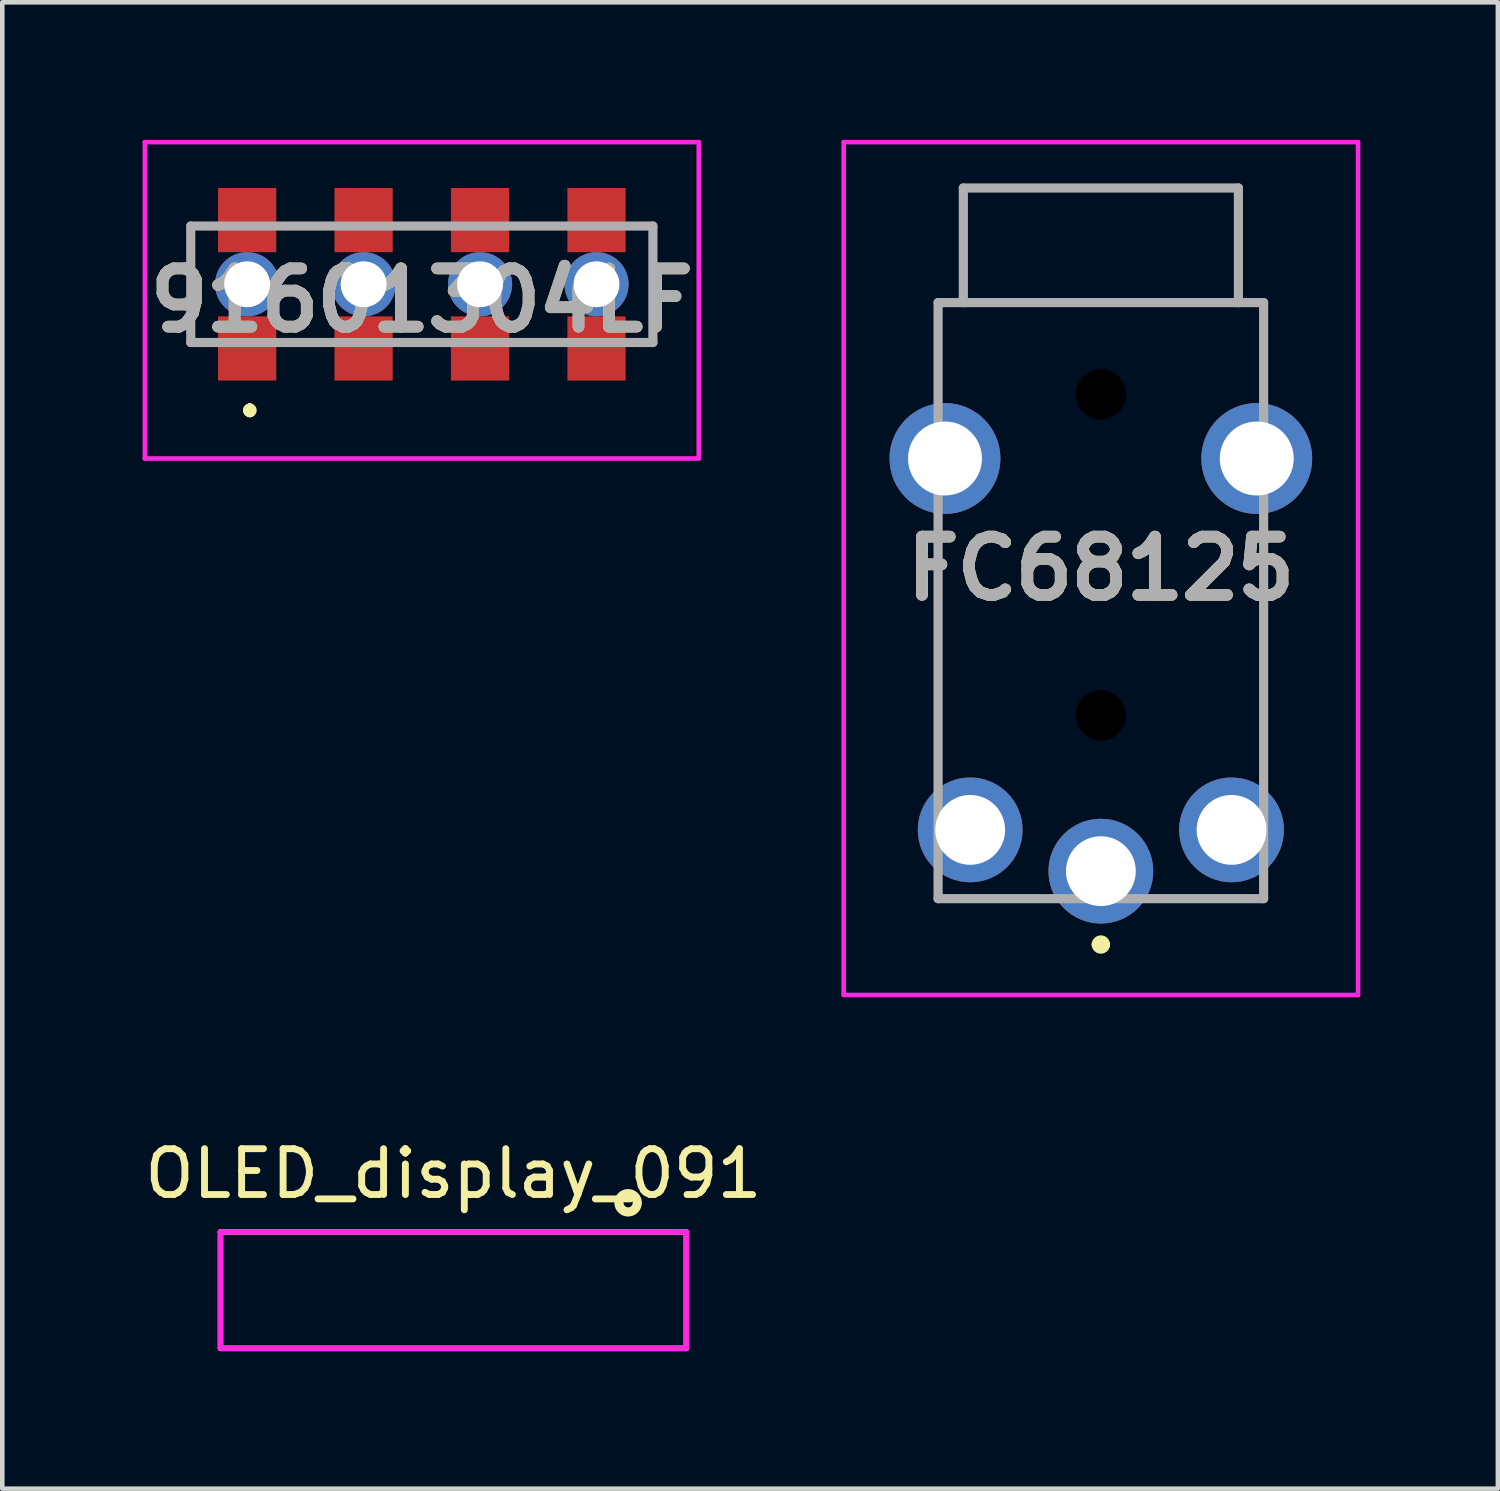
<source format=kicad_pcb>
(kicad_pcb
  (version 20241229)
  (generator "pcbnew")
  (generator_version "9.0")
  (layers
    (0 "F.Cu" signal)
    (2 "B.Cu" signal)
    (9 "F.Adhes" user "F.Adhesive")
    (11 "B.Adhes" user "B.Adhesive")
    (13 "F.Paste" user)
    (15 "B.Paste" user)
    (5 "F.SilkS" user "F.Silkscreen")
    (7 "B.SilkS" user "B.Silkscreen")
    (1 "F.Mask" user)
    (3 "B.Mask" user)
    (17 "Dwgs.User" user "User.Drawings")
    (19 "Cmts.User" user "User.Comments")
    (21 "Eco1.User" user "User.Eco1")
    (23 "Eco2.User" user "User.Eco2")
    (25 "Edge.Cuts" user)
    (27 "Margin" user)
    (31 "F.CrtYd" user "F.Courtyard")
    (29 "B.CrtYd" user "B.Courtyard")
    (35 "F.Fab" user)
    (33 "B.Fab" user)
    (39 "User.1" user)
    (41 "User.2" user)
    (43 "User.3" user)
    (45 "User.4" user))
  (footprint "91601304LF"
    (layer "F.Cu")
    (at 6.15 3.15)
    (property "Reference" "91601304LF" (at 0 0.35 0) (layer "F.SilkS") (effects (font (size 1.27 1.27) (thickness 0.254))))
    (attr smd)
    (fp_line (start -5 -1.25) (end -5 -1.25) (stroke (width 0.1) (type solid)) (layer "F.SilkS"))
    (fp_line (start -5 -1.25) (end -5 1.25) (stroke (width 0.1) (type solid)) (layer "F.SilkS"))
    (fp_line (start -5 1.25) (end -5 -1.25) (stroke (width 0.1) (type solid)) (layer "F.SilkS"))
    (fp_line (start -5 1.25) (end -5 1.25) (stroke (width 0.1) (type solid)) (layer "F.SilkS"))
    (fp_line (start -3.75 2.7) (end -3.75 2.7) (stroke (width 0.2) (type solid)) (layer "F.SilkS"))
    (fp_line (start -3.75 2.7) (end -3.75 2.7) (stroke (width 0.2) (type solid)) (layer "F.SilkS"))
    (fp_line (start -3.75 2.8) (end -3.75 2.8) (stroke (width 0.2) (type solid)) (layer "F.SilkS"))
    (fp_line (start 5.04 -1.25) (end 5.04 -1.25) (stroke (width 0.1) (type solid)) (layer "F.SilkS"))
    (fp_line (start 5.04 -1.25) (end 5.04 1.27) (stroke (width 0.1) (type solid)) (layer "F.SilkS"))
    (fp_line (start 5.04 1.27) (end 5.04 -1.25) (stroke (width 0.1) (type solid)) (layer "F.SilkS"))
    (fp_line (start 5.04 1.27) (end 5.04 1.27) (stroke (width 0.1) (type solid)) (layer "F.SilkS"))
    (fp_arc (start -3.75 2.7) (mid -3.7 2.75) (end -3.75 2.8) (stroke (width 0.2) (type solid)) (layer "F.SilkS"))
    (fp_arc (start -3.75 2.8) (mid -3.8 2.75) (end -3.75 2.7) (stroke (width 0.2) (type solid)) (layer "F.SilkS"))
    (fp_arc (start -3.75 2.8) (mid -3.8 2.75) (end -3.75 2.7) (stroke (width 0.2) (type solid)) (layer "F.SilkS"))
    (fp_line (start -6.04 -3.1) (end 6.04 -3.1) (stroke (width 0.1) (type solid)) (layer "F.CrtYd"))
    (fp_line (start -6.04 3.8) (end -6.04 -3.1) (stroke (width 0.1) (type solid)) (layer "F.CrtYd"))
    (fp_line (start 6.04 -3.1) (end 6.04 3.8) (stroke (width 0.1) (type solid)) (layer "F.CrtYd"))
    (fp_line (start 6.04 3.8) (end -6.04 3.8) (stroke (width 0.1) (type solid)) (layer "F.CrtYd"))
    (fp_line (start -5.04 -1.27) (end -5.04 1.27) (stroke (width 0.2) (type solid)) (layer "F.Fab"))
    (fp_line (start -5.04 1.27) (end 5.04 1.27) (stroke (width 0.2) (type solid)) (layer "F.Fab"))
    (fp_line (start 5.04 -1.27) (end -5.04 -1.27) (stroke (width 0.2) (type solid)) (layer "F.Fab"))
    (fp_line (start 5.04 1.27) (end 5.04 -1.27) (stroke (width 0.2) (type solid)) (layer "F.Fab"))
    (fp_text user "${REFERENCE}" (at 0 0.35 0) (layer "F.Fab") (effects (font (size 1.27 1.27) (thickness 0.254))))
    (pad "1" smd rect (at -3.81 -1.4) (size 1.27 1.4) (layers "F.Cu" "F.Mask"))
    (pad "1" thru_hole circle (at -3.81 0) (size 1.4 1.4) (drill 1) (layers "*.Cu" "*.Mask"))
    (pad "1" smd rect (at -3.81 1.4) (size 1.27 1.4) (layers "F.Cu" "F.Mask"))
    (pad "3" smd rect (at -1.27 -1.4) (size 1.27 1.4) (layers "F.Cu" "F.Mask"))
    (pad "3" thru_hole circle (at -1.27 0) (size 1.4 1.4) (drill 1) (layers "*.Cu" "*.Mask"))
    (pad "3" smd rect (at -1.27 1.4) (size 1.27 1.4) (layers "F.Cu" "F.Mask"))
    (pad "5" smd rect (at 1.27 -1.4) (size 1.27 1.4) (layers "F.Cu" "F.Mask"))
    (pad "5" thru_hole circle (at 1.27 0) (size 1.4 1.4) (drill 1) (layers "*.Cu" "*.Mask"))
    (pad "5" smd rect (at 1.27 1.4) (size 1.27 1.4) (layers "F.Cu" "F.Mask"))
    (pad "7" smd rect (at 3.81 -1.4) (size 1.27 1.4) (layers "F.Cu" "F.Mask"))
    (pad "7" thru_hole circle (at 3.81 0) (size 1.4 1.4) (drill 1) (layers "*.Cu" "*.Mask"))
    (pad "7" smd rect (at 3.81 1.4) (size 1.27 1.4) (layers "F.Cu" "F.Mask")))
  (footprint "OLED_display_091"
    (layer "F.Cu")
    (at 6.839 23.818)
    (property "Reference" "OLED_display_091" (at 0 -1.27 0) (layer "F.SilkS") (effects (font (size 1 1) (thickness 0.15))))
    (attr through_hole)
    (fp_line (start -5.08 0) (end 5.08 0) (stroke (width 0.12) (type solid)) (layer "F.SilkS"))
    (fp_line (start -5.08 2.54) (end -5.08 0) (stroke (width 0.12) (type solid)) (layer "F.SilkS"))
    (fp_line (start 5.08 0) (end 5.08 2.54) (stroke (width 0.12) (type solid)) (layer "F.SilkS"))
    (fp_line (start 5.08 2.54) (end -5.08 2.54) (stroke (width 0.12) (type solid)) (layer "F.SilkS"))
    (fp_circle (center 3.81 -0.635) (end 4.01 -0.635) (stroke (width 0.2) (type solid)) (fill no) (layer "F.SilkS"))
    (fp_line (start -5.08 0) (end 5.08 0) (stroke (width 0.12) (type solid)) (layer "F.CrtYd"))
    (fp_line (start -5.08 2.54) (end -5.08 0) (stroke (width 0.12) (type solid)) (layer "F.CrtYd"))
    (fp_line (start 5.08 0) (end 5.08 2.54) (stroke (width 0.12) (type solid)) (layer "F.CrtYd"))
    (fp_line (start 5.08 2.54) (end -5.08 2.54) (stroke (width 0.12) (type solid)) (layer "F.CrtYd")))
  (footprint "FC68125"
    (layer "F.Cu")
    (at 20.96 9.35)
    (property "Reference" "FC68125" (at 0 0 0) (layer "F.SilkS") (effects (font (size 1.27 1.27) (thickness 0.254))))
    (attr through_hole)
    (fp_line (start -3.55 -5.8) (end -3 -5.8) (stroke (width 0.1) (type solid)) (layer "F.SilkS"))
    (fp_line (start -3.55 -3.8) (end -3.55 -5.8) (stroke (width 0.1) (type solid)) (layer "F.SilkS"))
    (fp_line (start -3.55 -0.8) (end -3.55 4.2) (stroke (width 0.1) (type solid)) (layer "F.SilkS"))
    (fp_line (start -3.5 7.2) (end -1.5 7.2) (stroke (width 0.1) (type solid)) (layer "F.SilkS"))
    (fp_line (start -3 -8.3) (end 3 -8.3) (stroke (width 0.1) (type solid)) (layer "F.SilkS"))
    (fp_line (start -3 -5.8) (end -3 -8.3) (stroke (width 0.1) (type solid)) (layer "F.SilkS"))
    (fp_line (start -0.1 8.2) (end -0.1 8.2) (stroke (width 0.2) (type solid)) (layer "F.SilkS"))
    (fp_line (start 0.1 8.2) (end 0.1 8.2) (stroke (width 0.2) (type solid)) (layer "F.SilkS"))
    (fp_line (start 3 -8.3) (end 3 -5.8) (stroke (width 0.1) (type solid)) (layer "F.SilkS"))
    (fp_line (start 3 -5.8) (end 3.55 -5.8) (stroke (width 0.1) (type solid)) (layer "F.SilkS"))
    (fp_line (start 3.5 7.2) (end 1.5 7.2) (stroke (width 0.1) (type solid)) (layer "F.SilkS"))
    (fp_line (start 3.55 -5.8) (end 3.55 -3.8) (stroke (width 0.1) (type solid)) (layer "F.SilkS"))
    (fp_line (start 3.55 -0.8) (end 3.55 4.2) (stroke (width 0.1) (type solid)) (layer "F.SilkS"))
    (fp_arc (start -0.1 8.2) (mid 0 8.1) (end 0.1 8.2) (stroke (width 0.2) (type solid)) (layer "F.SilkS"))
    (fp_arc (start 0.1 8.2) (mid 0 8.3) (end -0.1 8.2) (stroke (width 0.2) (type solid)) (layer "F.SilkS"))
    (fp_line (start -5.609 -9.3) (end 5.609 -9.3) (stroke (width 0.1) (type solid)) (layer "F.CrtYd"))
    (fp_line (start -5.609 9.3) (end -5.609 -9.3) (stroke (width 0.1) (type solid)) (layer "F.CrtYd"))
    (fp_line (start 5.609 -9.3) (end 5.609 9.3) (stroke (width 0.1) (type solid)) (layer "F.CrtYd"))
    (fp_line (start 5.609 9.3) (end -5.609 9.3) (stroke (width 0.1) (type solid)) (layer "F.CrtYd"))
    (fp_line (start -3.55 -5.8) (end 3.55 -5.8) (stroke (width 0.2) (type solid)) (layer "F.Fab"))
    (fp_line (start -3.55 7.2) (end -3.55 -5.8) (stroke (width 0.2) (type solid)) (layer "F.Fab"))
    (fp_line (start -3 -8.3) (end 3 -8.3) (stroke (width 0.2) (type solid)) (layer "F.Fab"))
    (fp_line (start -3 -5.8) (end -3 -8.3) (stroke (width 0.2) (type solid)) (layer "F.Fab"))
    (fp_line (start 3 -8.3) (end 3 -5.8) (stroke (width 0.2) (type solid)) (layer "F.Fab"))
    (fp_line (start 3.55 -5.8) (end 3.55 7.2) (stroke (width 0.2) (type solid)) (layer "F.Fab"))
    (fp_line (start 3.55 7.2) (end -3.55 7.2) (stroke (width 0.2) (type solid)) (layer "F.Fab"))
    (fp_text user "${REFERENCE}" (at 0 0 0) (layer "F.Fab") (effects (font (size 1.27 1.27) (thickness 0.254))))
    (pad "" np_thru_hole circle (at 0 -3.8) (size 1.1 1.1) (drill 1.1) (layers "*.Mask"))
    (pad "" np_thru_hole circle (at 0 3.2) (size 1.1 1.1) (drill 1.1) (layers "*.Mask"))
    (pad "1S" thru_hole circle (at 0 6.6) (size 2.285 2.285) (drill 1.523) (layers "*.Cu" "*.Mask"))
    (pad "2R" thru_hole circle (at -2.85 5.7) (size 2.285 2.285) (drill 1.523) (layers "*.Cu" "*.Mask"))
    (pad "3T" thru_hole circle (at -3.4 -2.4) (size 2.419 2.419) (drill 1.613) (layers "*.Cu" "*.Mask"))
    (pad "3T" thru_hole circle (at 3.4 -2.4) (size 2.419 2.419) (drill 1.613) (layers "*.Cu" "*.Mask"))
    (pad "6SR" thru_hole circle (at 2.85 5.7) (size 2.285 2.285) (drill 1.523) (layers "*.Cu" "*.Mask")))
  (gr_rect
    (start -3 -3)
    (end 29.619 29.418)
    (stroke (width 0.1) (type default))
    (fill no)
    (layer "Edge.Cuts")))
</source>
